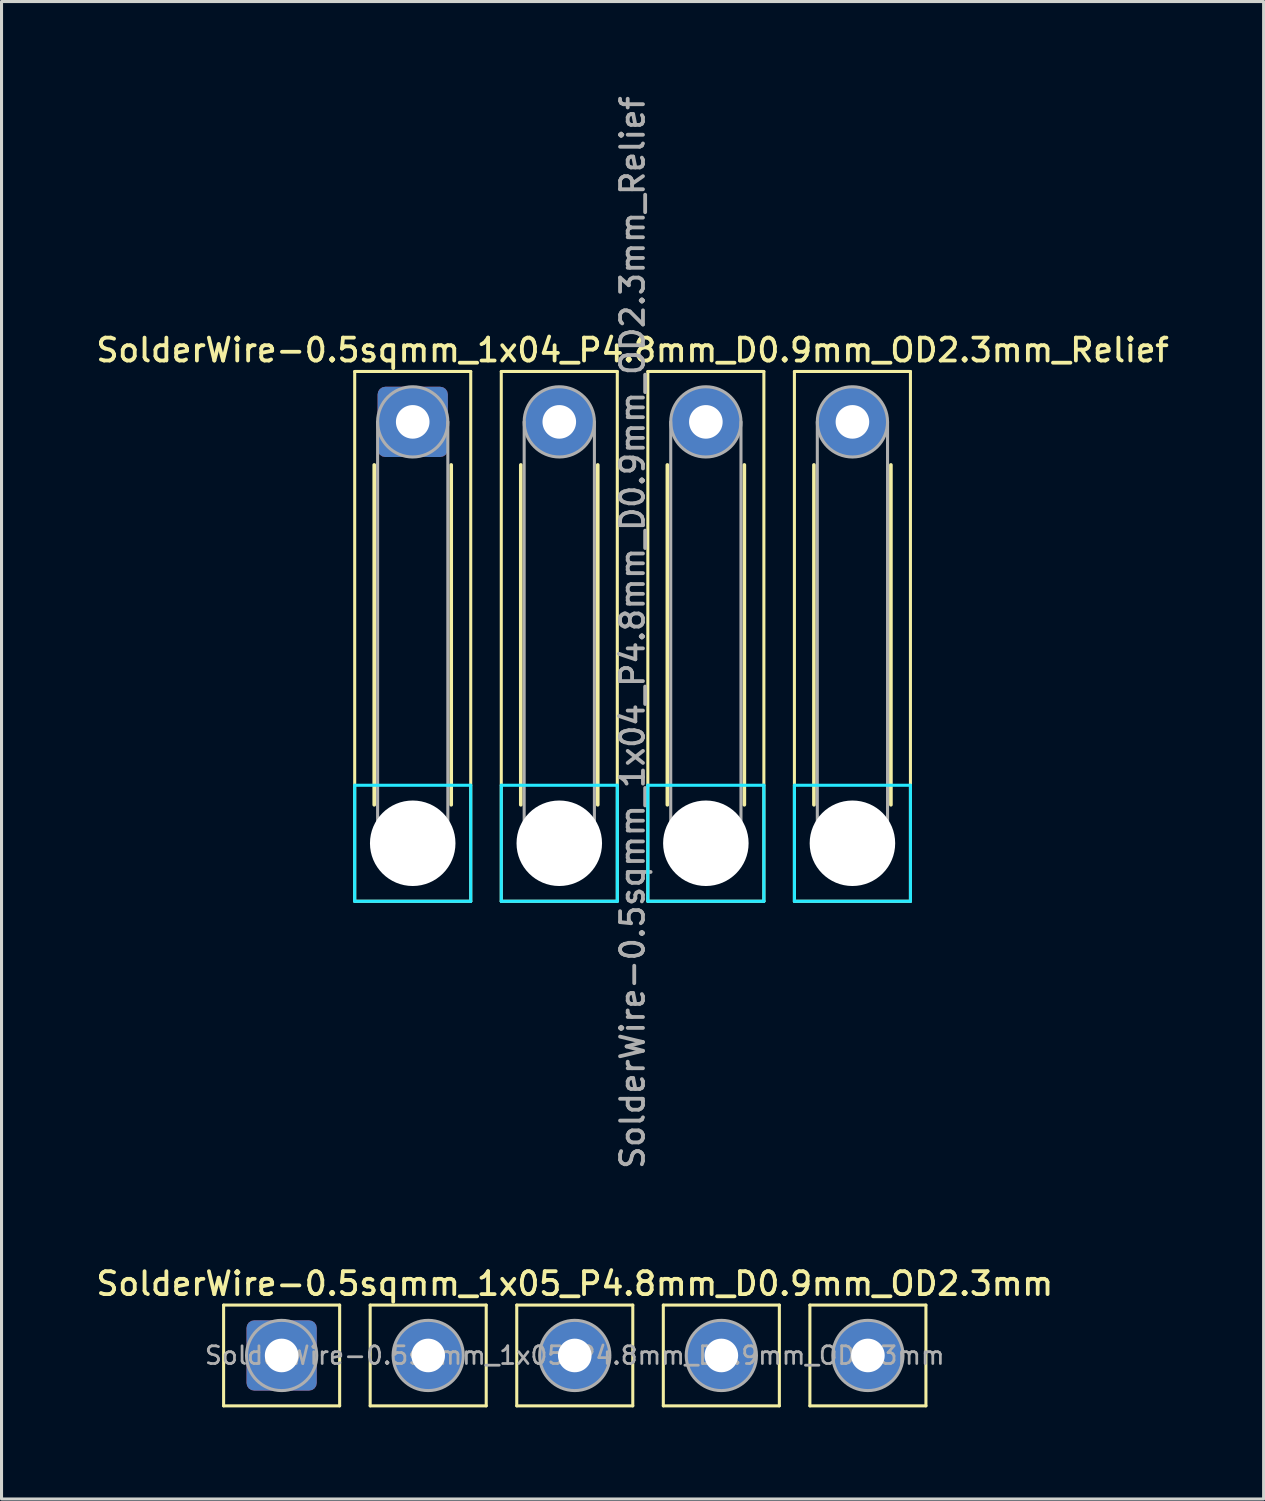
<source format=kicad_pcb>
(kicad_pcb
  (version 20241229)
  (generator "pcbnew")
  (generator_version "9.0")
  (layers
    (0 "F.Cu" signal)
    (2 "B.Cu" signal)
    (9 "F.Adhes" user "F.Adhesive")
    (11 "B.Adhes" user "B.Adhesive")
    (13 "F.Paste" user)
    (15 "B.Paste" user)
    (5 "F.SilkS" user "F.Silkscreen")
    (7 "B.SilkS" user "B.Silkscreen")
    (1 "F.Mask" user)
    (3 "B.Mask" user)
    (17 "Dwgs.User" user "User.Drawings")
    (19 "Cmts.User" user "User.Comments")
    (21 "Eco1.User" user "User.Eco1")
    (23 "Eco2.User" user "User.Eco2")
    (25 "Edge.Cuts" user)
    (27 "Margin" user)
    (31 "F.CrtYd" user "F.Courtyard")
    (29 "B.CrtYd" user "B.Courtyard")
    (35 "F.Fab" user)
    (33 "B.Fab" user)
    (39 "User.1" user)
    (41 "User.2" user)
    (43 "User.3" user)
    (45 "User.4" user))
  (footprint "SolderWire-0.5sqmm_1x04_P4.8mm_D0.9mm_OD2.3mm_Relief"
    (layer "F.Cu")
    (at 10.466 10.766)
    (property "Reference" "SolderWire-0.5sqmm_1x04_P4.8mm_D0.9mm_OD2.3mm_Relief" (at 7.2 -2.35 0) (layer "F.SilkS") (effects (font (size 0.75 0.75) (thickness 0.125))))
    (attr exclude_from_pos_files exclude_from_bom)
    (fp_line (start -1.9 -1.65) (end -1.9 15.7) (stroke (width 0.1) (type solid)) (layer "F.SilkS"))
    (fp_line (start -1.9 15.7) (end 1.9 15.7) (stroke (width 0.1) (type solid)) (layer "F.SilkS"))
    (fp_line (start -1.26 1.41) (end -1.26 12.54) (stroke (width 0.12) (type solid)) (layer "F.SilkS"))
    (fp_line (start 1.26 1.41) (end 1.26 12.54) (stroke (width 0.12) (type solid)) (layer "F.SilkS"))
    (fp_line (start 1.9 -1.65) (end -1.9 -1.65) (stroke (width 0.1) (type solid)) (layer "F.SilkS"))
    (fp_line (start 1.9 15.7) (end 1.9 -1.65) (stroke (width 0.1) (type solid)) (layer "F.SilkS"))
    (fp_line (start 2.9 -1.65) (end 2.9 15.7) (stroke (width 0.1) (type solid)) (layer "F.SilkS"))
    (fp_line (start 2.9 15.7) (end 6.7 15.7) (stroke (width 0.1) (type solid)) (layer "F.SilkS"))
    (fp_line (start 3.54 1.41) (end 3.54 12.54) (stroke (width 0.12) (type solid)) (layer "F.SilkS"))
    (fp_line (start 6.06 1.41) (end 6.06 12.54) (stroke (width 0.12) (type solid)) (layer "F.SilkS"))
    (fp_line (start 6.7 -1.65) (end 2.9 -1.65) (stroke (width 0.1) (type solid)) (layer "F.SilkS"))
    (fp_line (start 6.7 15.7) (end 6.7 -1.65) (stroke (width 0.1) (type solid)) (layer "F.SilkS"))
    (fp_line (start 7.7 -1.65) (end 7.7 15.7) (stroke (width 0.1) (type solid)) (layer "F.SilkS"))
    (fp_line (start 7.7 15.7) (end 11.5 15.7) (stroke (width 0.1) (type solid)) (layer "F.SilkS"))
    (fp_line (start 8.34 1.41) (end 8.34 12.54) (stroke (width 0.12) (type solid)) (layer "F.SilkS"))
    (fp_line (start 10.86 1.41) (end 10.86 12.54) (stroke (width 0.12) (type solid)) (layer "F.SilkS"))
    (fp_line (start 11.5 -1.65) (end 7.7 -1.65) (stroke (width 0.1) (type solid)) (layer "F.SilkS"))
    (fp_line (start 11.5 15.7) (end 11.5 -1.65) (stroke (width 0.1) (type solid)) (layer "F.SilkS"))
    (fp_line (start 12.5 -1.65) (end 12.5 15.7) (stroke (width 0.1) (type solid)) (layer "F.SilkS"))
    (fp_line (start 12.5 15.7) (end 16.3 15.7) (stroke (width 0.1) (type solid)) (layer "F.SilkS"))
    (fp_line (start 13.14 1.41) (end 13.14 12.54) (stroke (width 0.12) (type solid)) (layer "F.SilkS"))
    (fp_line (start 15.66 1.41) (end 15.66 12.54) (stroke (width 0.12) (type solid)) (layer "F.SilkS"))
    (fp_line (start 16.3 -1.65) (end 12.5 -1.65) (stroke (width 0.1) (type solid)) (layer "F.SilkS"))
    (fp_line (start 16.3 15.7) (end 16.3 -1.65) (stroke (width 0.1) (type solid)) (layer "F.SilkS"))
    (fp_line (start -1.9 11.9) (end -1.9 15.7) (stroke (width 0.1) (type solid)) (layer "B.CrtYd"))
    (fp_line (start -1.9 15.7) (end 1.9 15.7) (stroke (width 0.1) (type solid)) (layer "B.CrtYd"))
    (fp_line (start 1.9 11.9) (end -1.9 11.9) (stroke (width 0.1) (type solid)) (layer "B.CrtYd"))
    (fp_line (start 1.9 15.7) (end 1.9 11.9) (stroke (width 0.1) (type solid)) (layer "B.CrtYd"))
    (fp_line (start 2.9 11.9) (end 2.9 15.7) (stroke (width 0.1) (type solid)) (layer "B.CrtYd"))
    (fp_line (start 2.9 15.7) (end 6.7 15.7) (stroke (width 0.1) (type solid)) (layer "B.CrtYd"))
    (fp_line (start 6.7 11.9) (end 2.9 11.9) (stroke (width 0.1) (type solid)) (layer "B.CrtYd"))
    (fp_line (start 6.7 15.7) (end 6.7 11.9) (stroke (width 0.1) (type solid)) (layer "B.CrtYd"))
    (fp_line (start 7.7 11.9) (end 7.7 15.7) (stroke (width 0.1) (type solid)) (layer "B.CrtYd"))
    (fp_line (start 7.7 15.7) (end 11.5 15.7) (stroke (width 0.1) (type solid)) (layer "B.CrtYd"))
    (fp_line (start 11.5 11.9) (end 7.7 11.9) (stroke (width 0.1) (type solid)) (layer "B.CrtYd"))
    (fp_line (start 11.5 15.7) (end 11.5 11.9) (stroke (width 0.1) (type solid)) (layer "B.CrtYd"))
    (fp_line (start 12.5 11.9) (end 12.5 15.7) (stroke (width 0.1) (type solid)) (layer "B.CrtYd"))
    (fp_line (start 12.5 15.7) (end 16.3 15.7) (stroke (width 0.1) (type solid)) (layer "B.CrtYd"))
    (fp_line (start 16.3 11.9) (end 12.5 11.9) (stroke (width 0.1) (type solid)) (layer "B.CrtYd"))
    (fp_line (start 16.3 15.7) (end 16.3 11.9) (stroke (width 0.1) (type solid)) (layer "B.CrtYd"))
    (fp_line (start -1.15 0) (end -1.15 13.8) (stroke (width 0.1) (type solid)) (layer "F.Fab"))
    (fp_line (start 1.15 0) (end 1.15 13.8) (stroke (width 0.1) (type solid)) (layer "F.Fab"))
    (fp_line (start 3.65 0) (end 3.65 13.8) (stroke (width 0.1) (type solid)) (layer "F.Fab"))
    (fp_line (start 5.95 0) (end 5.95 13.8) (stroke (width 0.1) (type solid)) (layer "F.Fab"))
    (fp_line (start 8.45 0) (end 8.45 13.8) (stroke (width 0.1) (type solid)) (layer "F.Fab"))
    (fp_line (start 10.75 0) (end 10.75 13.8) (stroke (width 0.1) (type solid)) (layer "F.Fab"))
    (fp_line (start 13.25 0) (end 13.25 13.8) (stroke (width 0.1) (type solid)) (layer "F.Fab"))
    (fp_line (start 15.55 0) (end 15.55 13.8) (stroke (width 0.1) (type solid)) (layer "F.Fab"))
    (fp_circle (center 0 0) (end 1.15 0) (stroke (width 0.1) (type solid)) (fill no) (layer "F.Fab"))
    (fp_circle (center 0 13.8) (end 1.15 13.8) (stroke (width 0.1) (type solid)) (fill no) (layer "F.Fab"))
    (fp_circle (center 4.8 0) (end 5.95 0) (stroke (width 0.1) (type solid)) (fill no) (layer "F.Fab"))
    (fp_circle (center 4.8 13.8) (end 5.95 13.8) (stroke (width 0.1) (type solid)) (fill no) (layer "F.Fab"))
    (fp_circle (center 9.6 0) (end 10.75 0) (stroke (width 0.1) (type solid)) (fill no) (layer "F.Fab"))
    (fp_circle (center 9.6 13.8) (end 10.75 13.8) (stroke (width 0.1) (type solid)) (fill no) (layer "F.Fab"))
    (fp_circle (center 14.4 0) (end 15.55 0) (stroke (width 0.1) (type solid)) (fill no) (layer "F.Fab"))
    (fp_circle (center 14.4 13.8) (end 15.55 13.8) (stroke (width 0.1) (type solid)) (fill no) (layer "F.Fab"))
    (fp_text user "${REFERENCE}" (at 7.2 6.9 90) (layer "F.Fab") (effects (font (size 0.75 0.75) (thickness 0.125))))
    (pad "" np_thru_hole circle (at 0 13.8) (size 2.8 2.8) (drill 2.8) (layers "*.Cu" "*.Mask"))
    (pad "" np_thru_hole circle (at 4.8 13.8) (size 2.8 2.8) (drill 2.8) (layers "*.Cu" "*.Mask"))
    (pad "" np_thru_hole circle (at 9.6 13.8) (size 2.8 2.8) (drill 2.8) (layers "*.Cu" "*.Mask"))
    (pad "" np_thru_hole circle (at 14.4 13.8) (size 2.8 2.8) (drill 2.8) (layers "*.Cu" "*.Mask"))
    (pad "1" thru_hole roundrect (at 0 0) (size 2.3 2.3) (drill 1.1) (layers "*.Cu" "*.Mask") (roundrect_rratio 0.109))
    (pad "2" thru_hole circle (at 4.8 0) (size 2.3 2.3) (drill 1.1) (layers "*.Cu" "*.Mask"))
    (pad "3" thru_hole circle (at 9.6 0) (size 2.3 2.3) (drill 1.1) (layers "*.Cu" "*.Mask"))
    (pad "4" thru_hole circle (at 14.4 0) (size 2.3 2.3) (drill 1.1) (layers "*.Cu" "*.Mask")))
  (footprint "SolderWire-0.5sqmm_1x05_P4.8mm_D0.9mm_OD2.3mm"
    (layer "F.Cu")
    (at 6.173 41.34)
    (property "Reference" "SolderWire-0.5sqmm_1x05_P4.8mm_D0.9mm_OD2.3mm" (at 9.6 -2.35 0) (layer "F.SilkS") (effects (font (size 0.75 0.75) (thickness 0.125))))
    (attr exclude_from_pos_files exclude_from_bom)
    (fp_line (start -1.9 -1.65) (end -1.9 1.65) (stroke (width 0.1) (type solid)) (layer "F.SilkS"))
    (fp_line (start -1.9 1.65) (end 1.9 1.65) (stroke (width 0.1) (type solid)) (layer "F.SilkS"))
    (fp_line (start 1.9 -1.65) (end -1.9 -1.65) (stroke (width 0.1) (type solid)) (layer "F.SilkS"))
    (fp_line (start 1.9 1.65) (end 1.9 -1.65) (stroke (width 0.1) (type solid)) (layer "F.SilkS"))
    (fp_line (start 2.9 -1.65) (end 2.9 1.65) (stroke (width 0.1) (type solid)) (layer "F.SilkS"))
    (fp_line (start 2.9 1.65) (end 6.7 1.65) (stroke (width 0.1) (type solid)) (layer "F.SilkS"))
    (fp_line (start 6.7 -1.65) (end 2.9 -1.65) (stroke (width 0.1) (type solid)) (layer "F.SilkS"))
    (fp_line (start 6.7 1.65) (end 6.7 -1.65) (stroke (width 0.1) (type solid)) (layer "F.SilkS"))
    (fp_line (start 7.7 -1.65) (end 7.7 1.65) (stroke (width 0.1) (type solid)) (layer "F.SilkS"))
    (fp_line (start 7.7 1.65) (end 11.5 1.65) (stroke (width 0.1) (type solid)) (layer "F.SilkS"))
    (fp_line (start 11.5 -1.65) (end 7.7 -1.65) (stroke (width 0.1) (type solid)) (layer "F.SilkS"))
    (fp_line (start 11.5 1.65) (end 11.5 -1.65) (stroke (width 0.1) (type solid)) (layer "F.SilkS"))
    (fp_line (start 12.5 -1.65) (end 12.5 1.65) (stroke (width 0.1) (type solid)) (layer "F.SilkS"))
    (fp_line (start 12.5 1.65) (end 16.3 1.65) (stroke (width 0.1) (type solid)) (layer "F.SilkS"))
    (fp_line (start 16.3 -1.65) (end 12.5 -1.65) (stroke (width 0.1) (type solid)) (layer "F.SilkS"))
    (fp_line (start 16.3 1.65) (end 16.3 -1.65) (stroke (width 0.1) (type solid)) (layer "F.SilkS"))
    (fp_line (start 17.3 -1.65) (end 17.3 1.65) (stroke (width 0.1) (type solid)) (layer "F.SilkS"))
    (fp_line (start 17.3 1.65) (end 21.1 1.65) (stroke (width 0.1) (type solid)) (layer "F.SilkS"))
    (fp_line (start 21.1 -1.65) (end 17.3 -1.65) (stroke (width 0.1) (type solid)) (layer "F.SilkS"))
    (fp_line (start 21.1 1.65) (end 21.1 -1.65) (stroke (width 0.1) (type solid)) (layer "F.SilkS"))
    (fp_circle (center 0 0) (end 1.15 0) (stroke (width 0.1) (type solid)) (fill no) (layer "F.Fab"))
    (fp_circle (center 4.8 0) (end 5.95 0) (stroke (width 0.1) (type solid)) (fill no) (layer "F.Fab"))
    (fp_circle (center 9.6 0) (end 10.75 0) (stroke (width 0.1) (type solid)) (fill no) (layer "F.Fab"))
    (fp_circle (center 14.4 0) (end 15.55 0) (stroke (width 0.1) (type solid)) (fill no) (layer "F.Fab"))
    (fp_circle (center 19.2 0) (end 20.35 0) (stroke (width 0.1) (type solid)) (fill no) (layer "F.Fab"))
    (fp_text user "${REFERENCE}" (at 9.6 0 0) (layer "F.Fab") (effects (font (size 0.58 0.58) (thickness 0.09))))
    (pad "1" thru_hole roundrect (at 0 0) (size 2.3 2.3) (drill 1.1) (layers "*.Cu" "*.Mask") (roundrect_rratio 0.109))
    (pad "2" thru_hole circle (at 4.8 0) (size 2.3 2.3) (drill 1.1) (layers "*.Cu" "*.Mask"))
    (pad "3" thru_hole circle (at 9.6 0) (size 2.3 2.3) (drill 1.1) (layers "*.Cu" "*.Mask"))
    (pad "4" thru_hole circle (at 14.4 0) (size 2.3 2.3) (drill 1.1) (layers "*.Cu" "*.Mask"))
    (pad "5" thru_hole circle (at 19.2 0) (size 2.3 2.3) (drill 1.1) (layers "*.Cu" "*.Mask")))
  (gr_rect
    (start -3 -3)
    (end 38.332 46.04)
    (stroke (width 0.1) (type default))
    (fill no)
    (layer "Edge.Cuts")))
</source>
